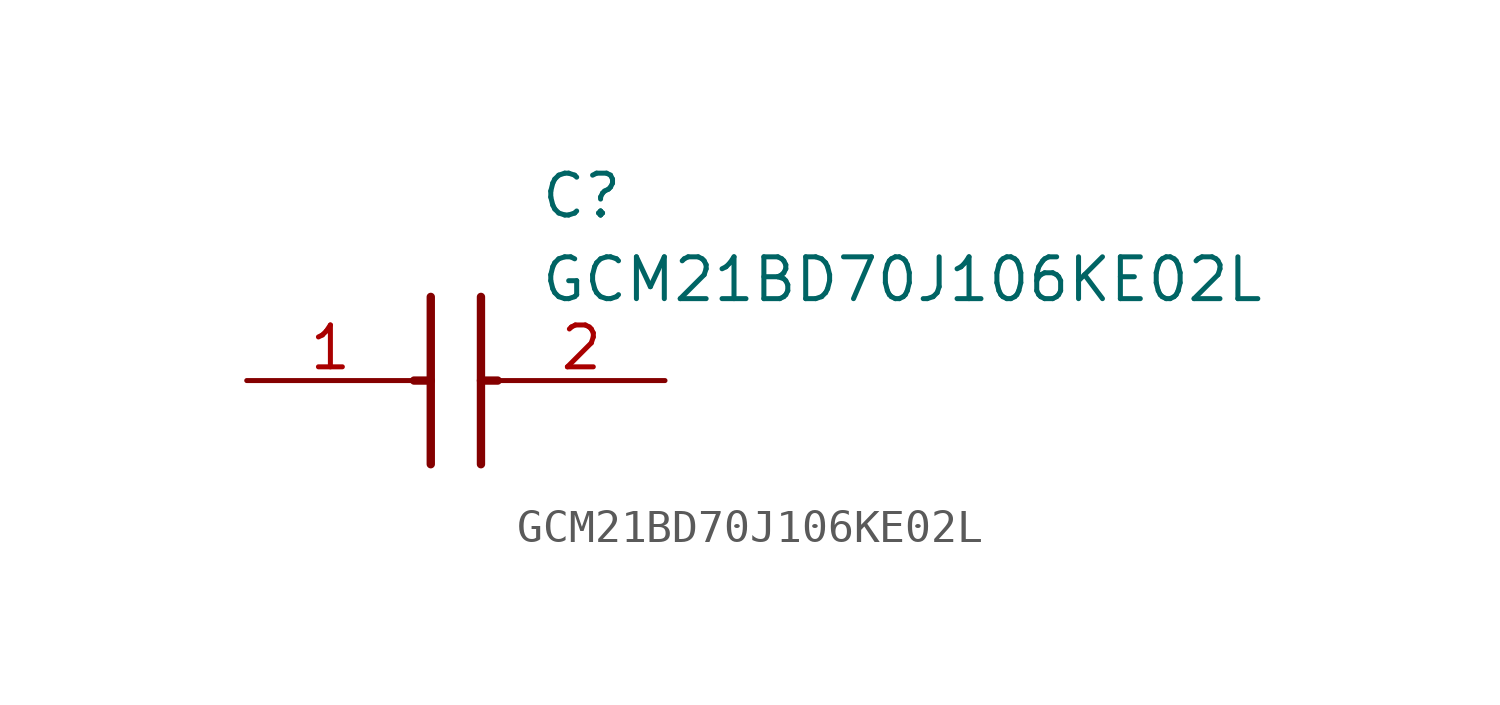
<source format=kicad_sym>
(kicad_symbol_lib
  (version 20211014)
  (generator SamacSys_ECAD_Model)
  (symbol "GCM21BD70J106KE02L"
    (pin_names hide)
    (property "Reference" "C"
      (at 8.89 6.35 0)
      (effects (font (size 1.27 1.27)) (justify left top)))
    (property "Value" "GCM21BD70J106KE02L"
      (at 8.89 3.81 0)
      (effects (font (size 1.27 1.27)) (justify left top)))
    (polyline
      (pts (xy 5.588 2.54) (xy 5.588 -2.54))
      (stroke (width 0.254) (type default))
      (fill (type none)))
    (polyline
      (pts (xy 7.112 2.54) (xy 7.112 -2.54))
      (stroke (width 0.254) (type default))
      (fill (type none)))
    (polyline
      (pts (xy 5.08 0) (xy 5.588 0))
      (stroke (width 0.254) (type default))
      (fill (type none)))
    (polyline
      (pts (xy 7.112 0) (xy 7.62 0))
      (stroke (width 0.254) (type default))
      (fill (type none)))
    (pin passive line
      (at 0 0 0)
      (length 5.08)
      (name "1" (effects (font (size 1.27 1.27))))
      (number "1" (effects (font (size 1.27 1.27)))))
    (pin passive line
      (at 12.7 0 180)
      (length 5.08)
      (name "2" (effects (font (size 1.27 1.27))))
      (number "2" (effects (font (size 1.27 1.27)))))))
</source>
